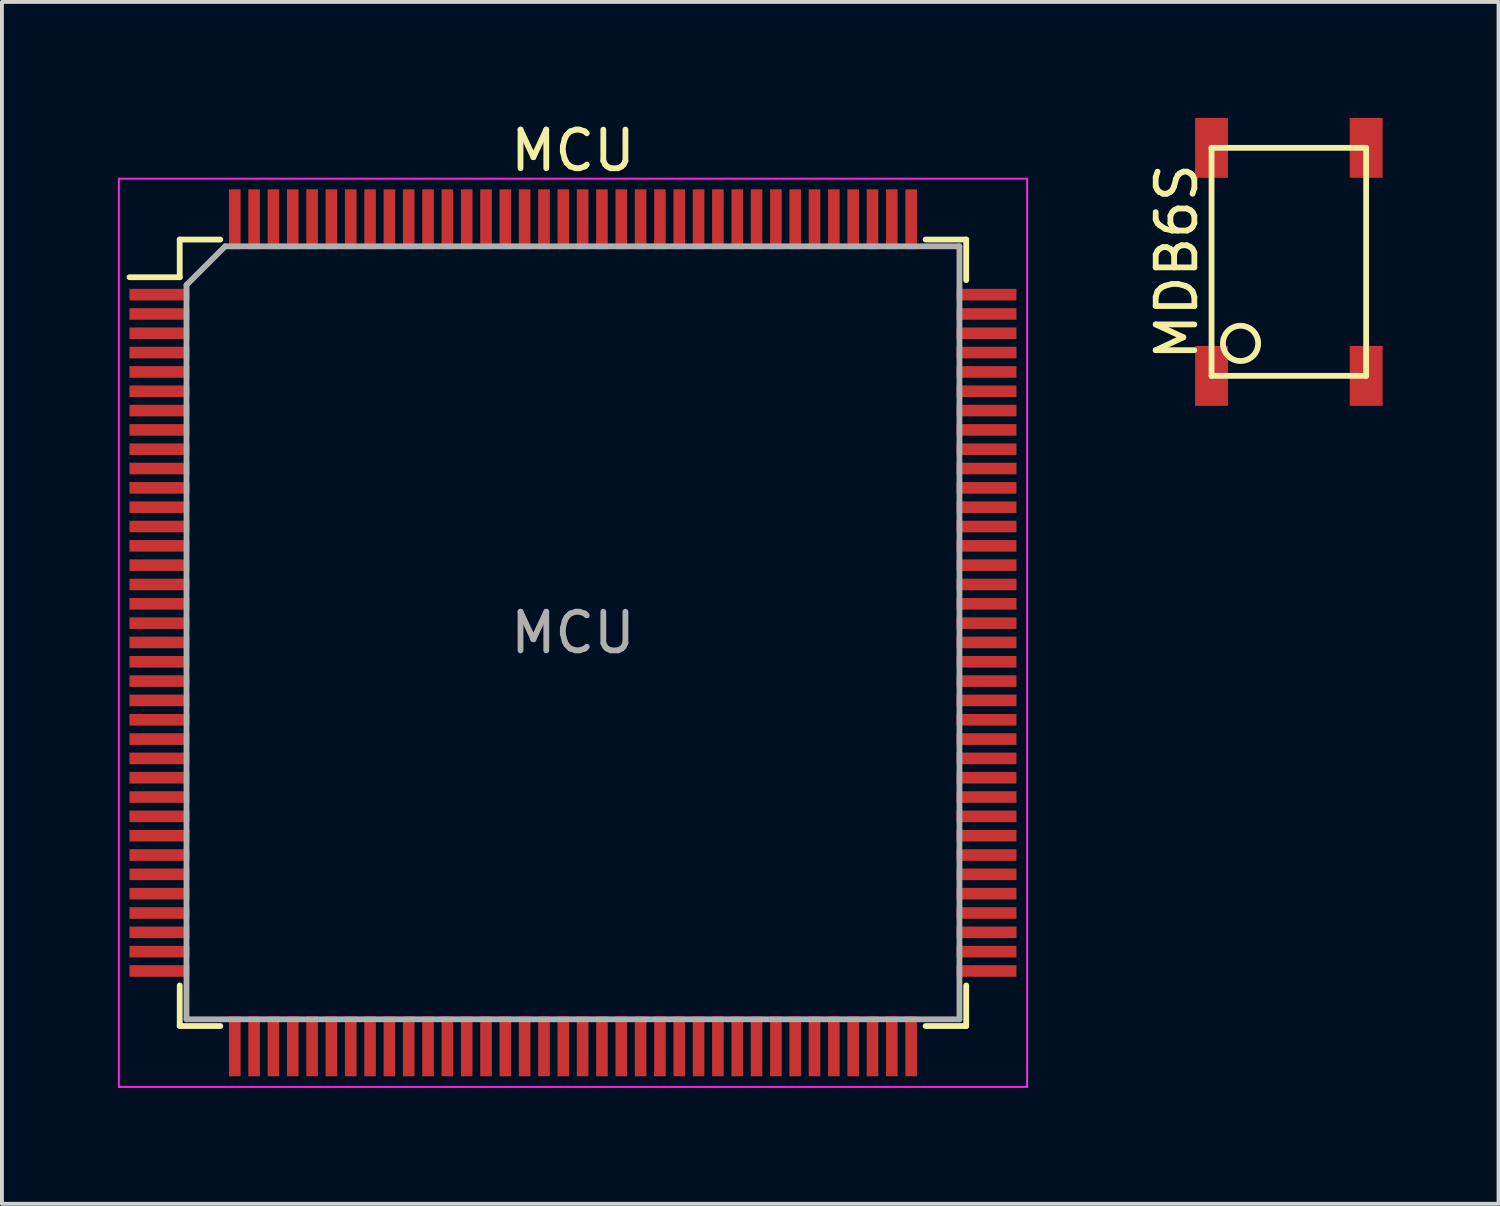
<source format=kicad_pcb>
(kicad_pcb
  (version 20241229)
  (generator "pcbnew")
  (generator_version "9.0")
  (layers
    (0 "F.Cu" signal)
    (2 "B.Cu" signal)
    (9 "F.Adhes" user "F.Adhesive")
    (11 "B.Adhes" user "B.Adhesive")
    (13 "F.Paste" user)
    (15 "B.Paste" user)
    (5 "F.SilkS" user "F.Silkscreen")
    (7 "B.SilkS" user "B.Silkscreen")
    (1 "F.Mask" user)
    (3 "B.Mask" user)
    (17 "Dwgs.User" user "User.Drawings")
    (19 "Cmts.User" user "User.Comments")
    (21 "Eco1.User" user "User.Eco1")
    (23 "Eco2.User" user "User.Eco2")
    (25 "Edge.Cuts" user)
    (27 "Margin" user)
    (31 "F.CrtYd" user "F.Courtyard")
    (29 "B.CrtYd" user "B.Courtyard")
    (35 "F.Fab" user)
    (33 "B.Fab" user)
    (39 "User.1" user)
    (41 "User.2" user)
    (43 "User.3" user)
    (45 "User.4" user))
  (footprint "MCU"
    (layer "F.Cu")
    (at 11.775 13.323)
    (property "Reference" "MCU" (at 0 -12.475 0) (layer "F.SilkS") (effects (font (size 1 1) (thickness 0.15))))
    (attr smd)
    (fp_line (start -10.175 -10.175) (end -10.175 -9.2) (stroke (width 0.15) (type solid)) (layer "F.SilkS"))
    (fp_line (start -10.175 -10.175) (end -9.125 -10.175) (stroke (width 0.15) (type solid)) (layer "F.SilkS"))
    (fp_line (start -10.175 -9.2) (end -11.475 -9.2) (stroke (width 0.15) (type solid)) (layer "F.SilkS"))
    (fp_line (start -10.175 10.175) (end -10.175 9.125) (stroke (width 0.15) (type solid)) (layer "F.SilkS"))
    (fp_line (start -10.175 10.175) (end -9.125 10.175) (stroke (width 0.15) (type solid)) (layer "F.SilkS"))
    (fp_line (start 10.175 -10.175) (end 9.125 -10.175) (stroke (width 0.15) (type solid)) (layer "F.SilkS"))
    (fp_line (start 10.175 -10.175) (end 10.175 -9.125) (stroke (width 0.15) (type solid)) (layer "F.SilkS"))
    (fp_line (start 10.175 10.175) (end 9.125 10.175) (stroke (width 0.15) (type solid)) (layer "F.SilkS"))
    (fp_line (start 10.175 10.175) (end 10.175 9.125) (stroke (width 0.15) (type solid)) (layer "F.SilkS"))
    (fp_line (start -11.75 -11.75) (end -11.75 11.75) (stroke (width 0.05) (type solid)) (layer "F.CrtYd"))
    (fp_line (start -11.75 -11.75) (end 11.75 -11.75) (stroke (width 0.05) (type solid)) (layer "F.CrtYd"))
    (fp_line (start -11.75 11.75) (end 11.75 11.75) (stroke (width 0.05) (type solid)) (layer "F.CrtYd"))
    (fp_line (start 11.75 -11.75) (end 11.75 11.75) (stroke (width 0.05) (type solid)) (layer "F.CrtYd"))
    (fp_line (start -10 -9) (end -9 -10) (stroke (width 0.15) (type solid)) (layer "F.Fab"))
    (fp_line (start -10 10) (end -10 -9) (stroke (width 0.15) (type solid)) (layer "F.Fab"))
    (fp_line (start -9 -10) (end 10 -10) (stroke (width 0.15) (type solid)) (layer "F.Fab"))
    (fp_line (start 10 -10) (end 10 10) (stroke (width 0.15) (type solid)) (layer "F.Fab"))
    (fp_line (start 10 10) (end -10 10) (stroke (width 0.15) (type solid)) (layer "F.Fab"))
    (fp_text user "${REFERENCE}" (at 0 0 0) (layer "F.Fab") (effects (font (size 1 1) (thickness 0.15))))
    (pad "1" smd rect (at -10.7 -8.75) (size 1.55 0.3) (layers "F.Cu" "F.Mask" "F.Paste"))
    (pad "2" smd rect (at -10.7 -8.25) (size 1.55 0.3) (layers "F.Cu" "F.Mask" "F.Paste"))
    (pad "3" smd rect (at -10.7 -7.75) (size 1.55 0.3) (layers "F.Cu" "F.Mask" "F.Paste"))
    (pad "4" smd rect (at -10.7 -7.25) (size 1.55 0.3) (layers "F.Cu" "F.Mask" "F.Paste"))
    (pad "5" smd rect (at -10.7 -6.75) (size 1.55 0.3) (layers "F.Cu" "F.Mask" "F.Paste"))
    (pad "6" smd rect (at -10.7 -6.25) (size 1.55 0.3) (layers "F.Cu" "F.Mask" "F.Paste"))
    (pad "7" smd rect (at -10.7 -5.75) (size 1.55 0.3) (layers "F.Cu" "F.Mask" "F.Paste"))
    (pad "8" smd rect (at -10.7 -5.25) (size 1.55 0.3) (layers "F.Cu" "F.Mask" "F.Paste"))
    (pad "9" smd rect (at -10.7 -4.75) (size 1.55 0.3) (layers "F.Cu" "F.Mask" "F.Paste"))
    (pad "10" smd rect (at -10.7 -4.25) (size 1.55 0.3) (layers "F.Cu" "F.Mask" "F.Paste"))
    (pad "11" smd rect (at -10.7 -3.75) (size 1.55 0.3) (layers "F.Cu" "F.Mask" "F.Paste"))
    (pad "12" smd rect (at -10.7 -3.25) (size 1.55 0.3) (layers "F.Cu" "F.Mask" "F.Paste"))
    (pad "13" smd rect (at -10.7 -2.75) (size 1.55 0.3) (layers "F.Cu" "F.Mask" "F.Paste"))
    (pad "14" smd rect (at -10.7 -2.25) (size 1.55 0.3) (layers "F.Cu" "F.Mask" "F.Paste"))
    (pad "15" smd rect (at -10.7 -1.75) (size 1.55 0.3) (layers "F.Cu" "F.Mask" "F.Paste"))
    (pad "16" smd rect (at -10.7 -1.25) (size 1.55 0.3) (layers "F.Cu" "F.Mask" "F.Paste"))
    (pad "17" smd rect (at -10.7 -0.75) (size 1.55 0.3) (layers "F.Cu" "F.Mask" "F.Paste"))
    (pad "18" smd rect (at -10.7 -0.25) (size 1.55 0.3) (layers "F.Cu" "F.Mask" "F.Paste"))
    (pad "19" smd rect (at -10.7 0.25) (size 1.55 0.3) (layers "F.Cu" "F.Mask" "F.Paste"))
    (pad "20" smd rect (at -10.7 0.75) (size 1.55 0.3) (layers "F.Cu" "F.Mask" "F.Paste"))
    (pad "21" smd rect (at -10.7 1.25) (size 1.55 0.3) (layers "F.Cu" "F.Mask" "F.Paste"))
    (pad "22" smd rect (at -10.7 1.75) (size 1.55 0.3) (layers "F.Cu" "F.Mask" "F.Paste"))
    (pad "23" smd rect (at -10.7 2.25) (size 1.55 0.3) (layers "F.Cu" "F.Mask" "F.Paste"))
    (pad "24" smd rect (at -10.7 2.75) (size 1.55 0.3) (layers "F.Cu" "F.Mask" "F.Paste"))
    (pad "25" smd rect (at -10.7 3.25) (size 1.55 0.3) (layers "F.Cu" "F.Mask" "F.Paste"))
    (pad "26" smd rect (at -10.7 3.75) (size 1.55 0.3) (layers "F.Cu" "F.Mask" "F.Paste"))
    (pad "27" smd rect (at -10.7 4.25) (size 1.55 0.3) (layers "F.Cu" "F.Mask" "F.Paste"))
    (pad "28" smd rect (at -10.7 4.75) (size 1.55 0.3) (layers "F.Cu" "F.Mask" "F.Paste"))
    (pad "29" smd rect (at -10.7 5.25) (size 1.55 0.3) (layers "F.Cu" "F.Mask" "F.Paste"))
    (pad "30" smd rect (at -10.7 5.75) (size 1.55 0.3) (layers "F.Cu" "F.Mask" "F.Paste"))
    (pad "31" smd rect (at -10.7 6.25) (size 1.55 0.3) (layers "F.Cu" "F.Mask" "F.Paste"))
    (pad "32" smd rect (at -10.7 6.75) (size 1.55 0.3) (layers "F.Cu" "F.Mask" "F.Paste"))
    (pad "33" smd rect (at -10.7 7.25) (size 1.55 0.3) (layers "F.Cu" "F.Mask" "F.Paste"))
    (pad "34" smd rect (at -10.7 7.75) (size 1.55 0.3) (layers "F.Cu" "F.Mask" "F.Paste"))
    (pad "35" smd rect (at -10.7 8.25) (size 1.55 0.3) (layers "F.Cu" "F.Mask" "F.Paste"))
    (pad "36" smd rect (at -10.7 8.75) (size 1.55 0.3) (layers "F.Cu" "F.Mask" "F.Paste"))
    (pad "37" smd rect (at -8.75 10.7 90) (size 1.55 0.3) (layers "F.Cu" "F.Mask" "F.Paste"))
    (pad "38" smd rect (at -8.25 10.7 90) (size 1.55 0.3) (layers "F.Cu" "F.Mask" "F.Paste"))
    (pad "39" smd rect (at -7.75 10.7 90) (size 1.55 0.3) (layers "F.Cu" "F.Mask" "F.Paste"))
    (pad "40" smd rect (at -7.25 10.7 90) (size 1.55 0.3) (layers "F.Cu" "F.Mask" "F.Paste"))
    (pad "41" smd rect (at -6.75 10.7 90) (size 1.55 0.3) (layers "F.Cu" "F.Mask" "F.Paste"))
    (pad "42" smd rect (at -6.25 10.7 90) (size 1.55 0.3) (layers "F.Cu" "F.Mask" "F.Paste"))
    (pad "43" smd rect (at -5.75 10.7 90) (size 1.55 0.3) (layers "F.Cu" "F.Mask" "F.Paste"))
    (pad "44" smd rect (at -5.25 10.7 90) (size 1.55 0.3) (layers "F.Cu" "F.Mask" "F.Paste"))
    (pad "45" smd rect (at -4.75 10.7 90) (size 1.55 0.3) (layers "F.Cu" "F.Mask" "F.Paste"))
    (pad "46" smd rect (at -4.25 10.7 90) (size 1.55 0.3) (layers "F.Cu" "F.Mask" "F.Paste"))
    (pad "47" smd rect (at -3.75 10.7 90) (size 1.55 0.3) (layers "F.Cu" "F.Mask" "F.Paste"))
    (pad "48" smd rect (at -3.25 10.7 90) (size 1.55 0.3) (layers "F.Cu" "F.Mask" "F.Paste"))
    (pad "49" smd rect (at -2.75 10.7 90) (size 1.55 0.3) (layers "F.Cu" "F.Mask" "F.Paste"))
    (pad "50" smd rect (at -2.25 10.7 90) (size 1.55 0.3) (layers "F.Cu" "F.Mask" "F.Paste"))
    (pad "51" smd rect (at -1.75 10.7 90) (size 1.55 0.3) (layers "F.Cu" "F.Mask" "F.Paste"))
    (pad "52" smd rect (at -1.25 10.7 90) (size 1.55 0.3) (layers "F.Cu" "F.Mask" "F.Paste"))
    (pad "53" smd rect (at -0.75 10.7 90) (size 1.55 0.3) (layers "F.Cu" "F.Mask" "F.Paste"))
    (pad "54" smd rect (at -0.25 10.7 90) (size 1.55 0.3) (layers "F.Cu" "F.Mask" "F.Paste"))
    (pad "55" smd rect (at 0.25 10.7 90) (size 1.55 0.3) (layers "F.Cu" "F.Mask" "F.Paste"))
    (pad "56" smd rect (at 0.75 10.7 90) (size 1.55 0.3) (layers "F.Cu" "F.Mask" "F.Paste"))
    (pad "57" smd rect (at 1.25 10.7 90) (size 1.55 0.3) (layers "F.Cu" "F.Mask" "F.Paste"))
    (pad "58" smd rect (at 1.75 10.7 90) (size 1.55 0.3) (layers "F.Cu" "F.Mask" "F.Paste"))
    (pad "59" smd rect (at 2.25 10.7 90) (size 1.55 0.3) (layers "F.Cu" "F.Mask" "F.Paste"))
    (pad "60" smd rect (at 2.75 10.7 90) (size 1.55 0.3) (layers "F.Cu" "F.Mask" "F.Paste"))
    (pad "61" smd rect (at 3.25 10.7 90) (size 1.55 0.3) (layers "F.Cu" "F.Mask" "F.Paste"))
    (pad "62" smd rect (at 3.75 10.7 90) (size 1.55 0.3) (layers "F.Cu" "F.Mask" "F.Paste"))
    (pad "63" smd rect (at 4.25 10.7 90) (size 1.55 0.3) (layers "F.Cu" "F.Mask" "F.Paste"))
    (pad "64" smd rect (at 4.75 10.7 90) (size 1.55 0.3) (layers "F.Cu" "F.Mask" "F.Paste"))
    (pad "65" smd rect (at 5.25 10.7 90) (size 1.55 0.3) (layers "F.Cu" "F.Mask" "F.Paste"))
    (pad "66" smd rect (at 5.75 10.7 90) (size 1.55 0.3) (layers "F.Cu" "F.Mask" "F.Paste"))
    (pad "67" smd rect (at 6.25 10.7 90) (size 1.55 0.3) (layers "F.Cu" "F.Mask" "F.Paste"))
    (pad "68" smd rect (at 6.75 10.7 90) (size 1.55 0.3) (layers "F.Cu" "F.Mask" "F.Paste"))
    (pad "69" smd rect (at 7.25 10.7 90) (size 1.55 0.3) (layers "F.Cu" "F.Mask" "F.Paste"))
    (pad "70" smd rect (at 7.75 10.7 90) (size 1.55 0.3) (layers "F.Cu" "F.Mask" "F.Paste"))
    (pad "71" smd rect (at 8.25 10.7 90) (size 1.55 0.3) (layers "F.Cu" "F.Mask" "F.Paste"))
    (pad "72" smd rect (at 8.75 10.7 90) (size 1.55 0.3) (layers "F.Cu" "F.Mask" "F.Paste"))
    (pad "73" smd rect (at 10.7 8.75) (size 1.55 0.3) (layers "F.Cu" "F.Mask" "F.Paste"))
    (pad "74" smd rect (at 10.7 8.25) (size 1.55 0.3) (layers "F.Cu" "F.Mask" "F.Paste"))
    (pad "75" smd rect (at 10.7 7.75) (size 1.55 0.3) (layers "F.Cu" "F.Mask" "F.Paste"))
    (pad "76" smd rect (at 10.7 7.25) (size 1.55 0.3) (layers "F.Cu" "F.Mask" "F.Paste"))
    (pad "77" smd rect (at 10.7 6.75) (size 1.55 0.3) (layers "F.Cu" "F.Mask" "F.Paste"))
    (pad "78" smd rect (at 10.7 6.25) (size 1.55 0.3) (layers "F.Cu" "F.Mask" "F.Paste"))
    (pad "79" smd rect (at 10.7 5.75) (size 1.55 0.3) (layers "F.Cu" "F.Mask" "F.Paste"))
    (pad "80" smd rect (at 10.7 5.25) (size 1.55 0.3) (layers "F.Cu" "F.Mask" "F.Paste"))
    (pad "81" smd rect (at 10.7 4.75) (size 1.55 0.3) (layers "F.Cu" "F.Mask" "F.Paste"))
    (pad "82" smd rect (at 10.7 4.25) (size 1.55 0.3) (layers "F.Cu" "F.Mask" "F.Paste"))
    (pad "83" smd rect (at 10.7 3.75) (size 1.55 0.3) (layers "F.Cu" "F.Mask" "F.Paste"))
    (pad "84" smd rect (at 10.7 3.25) (size 1.55 0.3) (layers "F.Cu" "F.Mask" "F.Paste"))
    (pad "85" smd rect (at 10.7 2.75) (size 1.55 0.3) (layers "F.Cu" "F.Mask" "F.Paste"))
    (pad "86" smd rect (at 10.7 2.25) (size 1.55 0.3) (layers "F.Cu" "F.Mask" "F.Paste"))
    (pad "87" smd rect (at 10.7 1.75) (size 1.55 0.3) (layers "F.Cu" "F.Mask" "F.Paste"))
    (pad "88" smd rect (at 10.7 1.25) (size 1.55 0.3) (layers "F.Cu" "F.Mask" "F.Paste"))
    (pad "89" smd rect (at 10.7 0.75) (size 1.55 0.3) (layers "F.Cu" "F.Mask" "F.Paste"))
    (pad "90" smd rect (at 10.7 0.25) (size 1.55 0.3) (layers "F.Cu" "F.Mask" "F.Paste"))
    (pad "91" smd rect (at 10.7 -0.25) (size 1.55 0.3) (layers "F.Cu" "F.Mask" "F.Paste"))
    (pad "92" smd rect (at 10.7 -0.75) (size 1.55 0.3) (layers "F.Cu" "F.Mask" "F.Paste"))
    (pad "93" smd rect (at 10.7 -1.25) (size 1.55 0.3) (layers "F.Cu" "F.Mask" "F.Paste"))
    (pad "94" smd rect (at 10.7 -1.75) (size 1.55 0.3) (layers "F.Cu" "F.Mask" "F.Paste"))
    (pad "95" smd rect (at 10.7 -2.25) (size 1.55 0.3) (layers "F.Cu" "F.Mask" "F.Paste"))
    (pad "96" smd rect (at 10.7 -2.75) (size 1.55 0.3) (layers "F.Cu" "F.Mask" "F.Paste"))
    (pad "97" smd rect (at 10.7 -3.25) (size 1.55 0.3) (layers "F.Cu" "F.Mask" "F.Paste"))
    (pad "98" smd rect (at 10.7 -3.75) (size 1.55 0.3) (layers "F.Cu" "F.Mask" "F.Paste"))
    (pad "99" smd rect (at 10.7 -4.25) (size 1.55 0.3) (layers "F.Cu" "F.Mask" "F.Paste"))
    (pad "100" smd rect (at 10.7 -4.75) (size 1.55 0.3) (layers "F.Cu" "F.Mask" "F.Paste"))
    (pad "101" smd rect (at 10.7 -5.25) (size 1.55 0.3) (layers "F.Cu" "F.Mask" "F.Paste"))
    (pad "102" smd rect (at 10.7 -5.75) (size 1.55 0.3) (layers "F.Cu" "F.Mask" "F.Paste"))
    (pad "103" smd rect (at 10.7 -6.25) (size 1.55 0.3) (layers "F.Cu" "F.Mask" "F.Paste"))
    (pad "104" smd rect (at 10.7 -6.75) (size 1.55 0.3) (layers "F.Cu" "F.Mask" "F.Paste"))
    (pad "105" smd rect (at 10.7 -7.25) (size 1.55 0.3) (layers "F.Cu" "F.Mask" "F.Paste"))
    (pad "106" smd rect (at 10.7 -7.75) (size 1.55 0.3) (layers "F.Cu" "F.Mask" "F.Paste"))
    (pad "107" smd rect (at 10.7 -8.25) (size 1.55 0.3) (layers "F.Cu" "F.Mask" "F.Paste"))
    (pad "108" smd rect (at 10.7 -8.75) (size 1.55 0.3) (layers "F.Cu" "F.Mask" "F.Paste"))
    (pad "109" smd rect (at 8.75 -10.7 90) (size 1.55 0.3) (layers "F.Cu" "F.Mask" "F.Paste"))
    (pad "110" smd rect (at 8.25 -10.7 90) (size 1.55 0.3) (layers "F.Cu" "F.Mask" "F.Paste"))
    (pad "111" smd rect (at 7.75 -10.7 90) (size 1.55 0.3) (layers "F.Cu" "F.Mask" "F.Paste"))
    (pad "112" smd rect (at 7.25 -10.7 90) (size 1.55 0.3) (layers "F.Cu" "F.Mask" "F.Paste"))
    (pad "113" smd rect (at 6.75 -10.7 90) (size 1.55 0.3) (layers "F.Cu" "F.Mask" "F.Paste"))
    (pad "114" smd rect (at 6.25 -10.7 90) (size 1.55 0.3) (layers "F.Cu" "F.Mask" "F.Paste"))
    (pad "115" smd rect (at 5.75 -10.7 90) (size 1.55 0.3) (layers "F.Cu" "F.Mask" "F.Paste"))
    (pad "116" smd rect (at 5.25 -10.7 90) (size 1.55 0.3) (layers "F.Cu" "F.Mask" "F.Paste"))
    (pad "117" smd rect (at 4.75 -10.7 90) (size 1.55 0.3) (layers "F.Cu" "F.Mask" "F.Paste"))
    (pad "118" smd rect (at 4.25 -10.7 90) (size 1.55 0.3) (layers "F.Cu" "F.Mask" "F.Paste"))
    (pad "119" smd rect (at 3.75 -10.7 90) (size 1.55 0.3) (layers "F.Cu" "F.Mask" "F.Paste"))
    (pad "120" smd rect (at 3.25 -10.7 90) (size 1.55 0.3) (layers "F.Cu" "F.Mask" "F.Paste"))
    (pad "121" smd rect (at 2.75 -10.7 90) (size 1.55 0.3) (layers "F.Cu" "F.Mask" "F.Paste"))
    (pad "122" smd rect (at 2.25 -10.7 90) (size 1.55 0.3) (layers "F.Cu" "F.Mask" "F.Paste"))
    (pad "123" smd rect (at 1.75 -10.7 90) (size 1.55 0.3) (layers "F.Cu" "F.Mask" "F.Paste"))
    (pad "124" smd rect (at 1.25 -10.7 90) (size 1.55 0.3) (layers "F.Cu" "F.Mask" "F.Paste"))
    (pad "125" smd rect (at 0.75 -10.7 90) (size 1.55 0.3) (layers "F.Cu" "F.Mask" "F.Paste"))
    (pad "126" smd rect (at 0.25 -10.7 90) (size 1.55 0.3) (layers "F.Cu" "F.Mask" "F.Paste"))
    (pad "127" smd rect (at -0.25 -10.7 90) (size 1.55 0.3) (layers "F.Cu" "F.Mask" "F.Paste"))
    (pad "128" smd rect (at -0.75 -10.7 90) (size 1.55 0.3) (layers "F.Cu" "F.Mask" "F.Paste"))
    (pad "129" smd rect (at -1.25 -10.7 90) (size 1.55 0.3) (layers "F.Cu" "F.Mask" "F.Paste"))
    (pad "130" smd rect (at -1.75 -10.7 90) (size 1.55 0.3) (layers "F.Cu" "F.Mask" "F.Paste"))
    (pad "131" smd rect (at -2.25 -10.7 90) (size 1.55 0.3) (layers "F.Cu" "F.Mask" "F.Paste"))
    (pad "132" smd rect (at -2.75 -10.7 90) (size 1.55 0.3) (layers "F.Cu" "F.Mask" "F.Paste"))
    (pad "133" smd rect (at -3.25 -10.7 90) (size 1.55 0.3) (layers "F.Cu" "F.Mask" "F.Paste"))
    (pad "134" smd rect (at -3.75 -10.7 90) (size 1.55 0.3) (layers "F.Cu" "F.Mask" "F.Paste"))
    (pad "135" smd rect (at -4.25 -10.7 90) (size 1.55 0.3) (layers "F.Cu" "F.Mask" "F.Paste"))
    (pad "136" smd rect (at -4.75 -10.7 90) (size 1.55 0.3) (layers "F.Cu" "F.Mask" "F.Paste"))
    (pad "137" smd rect (at -5.25 -10.7 90) (size 1.55 0.3) (layers "F.Cu" "F.Mask" "F.Paste"))
    (pad "138" smd rect (at -5.75 -10.7 90) (size 1.55 0.3) (layers "F.Cu" "F.Mask" "F.Paste"))
    (pad "139" smd rect (at -6.25 -10.7 90) (size 1.55 0.3) (layers "F.Cu" "F.Mask" "F.Paste"))
    (pad "140" smd rect (at -6.75 -10.7 90) (size 1.55 0.3) (layers "F.Cu" "F.Mask" "F.Paste"))
    (pad "141" smd rect (at -7.25 -10.7 90) (size 1.55 0.3) (layers "F.Cu" "F.Mask" "F.Paste"))
    (pad "142" smd rect (at -7.75 -10.7 90) (size 1.55 0.3) (layers "F.Cu" "F.Mask" "F.Paste"))
    (pad "143" smd rect (at -8.25 -10.7 90) (size 1.55 0.3) (layers "F.Cu" "F.Mask" "F.Paste"))
    (pad "144" smd rect (at -8.75 -10.7 90) (size 1.55 0.3) (layers "F.Cu" "F.Mask" "F.Paste")))
  (footprint "MDB6S"
    (layer "F.Cu")
    (at 30.298 3.725)
    (property "Reference" "MDB6S" (at -2.9 0 90) (layer "F.SilkS") (effects (font (size 1 1) (thickness 0.15))))
    (attr smd)
    (fp_line (start -2 -2.95) (end -2 2.95) (stroke (width 0.15) (type solid)) (layer "F.SilkS"))
    (fp_line (start -2 2.95) (end 2 2.95) (stroke (width 0.15) (type solid)) (layer "F.SilkS"))
    (fp_line (start 2 -2.95) (end -2 -2.95) (stroke (width 0.15) (type solid)) (layer "F.SilkS"))
    (fp_line (start 2 2.95) (end 2 -2.95) (stroke (width 0.15) (type solid)) (layer "F.SilkS"))
    (fp_circle (center -1.25 2.11) (end -0.97 2.47) (stroke (width 0.15) (type solid)) (fill no) (layer "F.SilkS"))
    (pad "1" smd rect (at -2 2.95) (size 0.85 1.55) (layers "F.Cu" "F.Mask" "F.Paste"))
    (pad "2" smd rect (at 2 2.95) (size 0.85 1.55) (layers "F.Cu" "F.Mask" "F.Paste"))
    (pad "3" smd rect (at 2 -2.95) (size 0.85 1.55) (layers "F.Cu" "F.Mask" "F.Paste"))
    (pad "4" smd rect (at -2 -2.95) (size 0.85 1.55) (layers "F.Cu" "F.Mask" "F.Paste")))
  (gr_rect
    (start -3 -3)
    (end 35.723 28.098)
    (stroke (width 0.1) (type default))
    (fill no)
    (layer "Edge.Cuts")))
</source>
